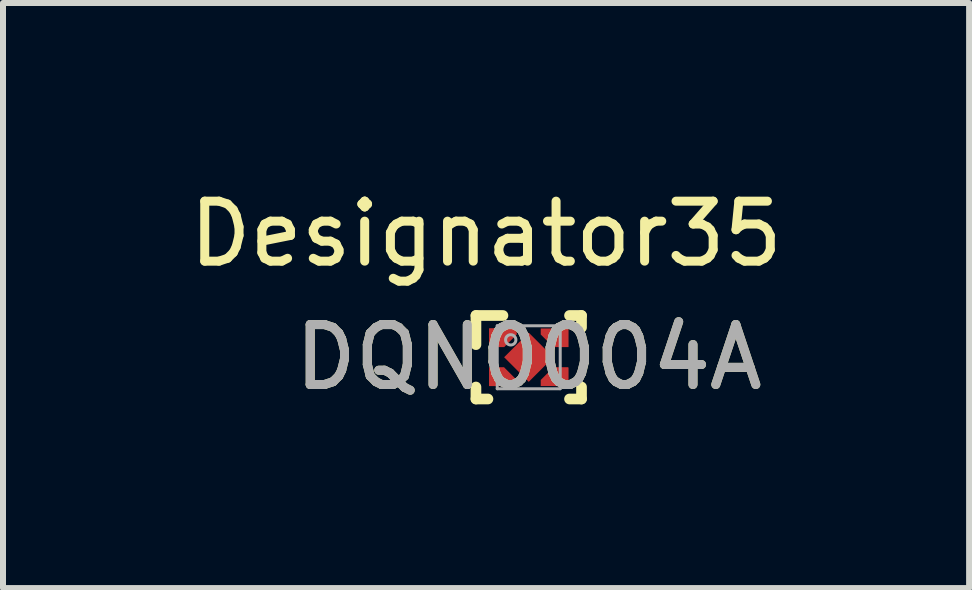
<source format=kicad_pcb>
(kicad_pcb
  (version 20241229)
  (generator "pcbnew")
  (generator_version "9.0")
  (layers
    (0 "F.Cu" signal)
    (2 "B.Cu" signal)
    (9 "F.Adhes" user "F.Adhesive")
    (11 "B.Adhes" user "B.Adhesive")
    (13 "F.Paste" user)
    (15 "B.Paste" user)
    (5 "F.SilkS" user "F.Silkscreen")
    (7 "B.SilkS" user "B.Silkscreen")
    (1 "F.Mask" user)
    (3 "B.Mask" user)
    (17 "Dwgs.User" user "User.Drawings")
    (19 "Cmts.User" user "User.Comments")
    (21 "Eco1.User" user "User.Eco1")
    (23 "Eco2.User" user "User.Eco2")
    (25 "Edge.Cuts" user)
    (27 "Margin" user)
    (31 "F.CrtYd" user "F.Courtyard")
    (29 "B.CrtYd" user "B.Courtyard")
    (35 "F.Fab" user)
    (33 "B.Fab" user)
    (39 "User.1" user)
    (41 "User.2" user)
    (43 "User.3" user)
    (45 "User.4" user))
  (footprint "DQN0004A"
    (layer "F.Cu")
    (at 5.765 2.906)
    (property "Reference" "DQN0004A" (at 0 0 0) (unlocked yes) (layer "F.SilkS") (effects (font (size 1 1) (thickness 0.15))))
    (attr smd)
    (fp_poly (pts (xy -0.66 -0.48) (xy -0.2 -0.48) (xy -0.2 -0.379) (xy -0.409 -0.17) (xy -0.66 -0.17)) (stroke (width 0) (type solid)) (fill yes) (layer "F.Cu"))
    (fp_poly (pts (xy -0.66 0.48) (xy -0.2 0.48) (xy -0.2 0.379) (xy -0.409 0.17) (xy -0.66 0.17)) (stroke (width 0) (type solid)) (fill yes) (layer "F.Cu"))
    (fp_poly (pts (xy 0.66 -0.48) (xy 0.2 -0.48) (xy 0.2 -0.379) (xy 0.409 -0.17) (xy 0.66 -0.17)) (stroke (width 0) (type solid)) (fill yes) (layer "F.Cu"))
    (fp_poly (pts (xy 0.66 0.48) (xy 0.2 0.48) (xy 0.2 0.379) (xy 0.409 0.17) (xy 0.66 0.17)) (stroke (width 0) (type solid)) (fill yes) (layer "F.Cu"))
    (fp_poly (pts (xy -0.61 -0.43) (xy -0.25 -0.43) (xy -0.25 -0.4) (xy -0.43 -0.22) (xy -0.61 -0.22)) (stroke (width 0) (type solid)) (fill yes) (layer "F.Mask"))
    (fp_poly (pts (xy -0.61 0.43) (xy -0.61 0.22) (xy -0.43 0.22) (xy -0.25 0.4) (xy -0.25 0.43)) (stroke (width 0) (type solid)) (fill yes) (layer "F.Mask"))
    (fp_poly (pts (xy 0.61 -0.43) (xy 0.61 -0.22) (xy 0.43 -0.22) (xy 0.25 -0.4) (xy 0.25 -0.43)) (stroke (width 0) (type solid)) (fill yes) (layer "F.Mask"))
    (fp_poly (pts (xy 0.61 0.43) (xy 0.25 0.43) (xy 0.25 0.4) (xy 0.43 0.22) (xy 0.61 0.22)) (stroke (width 0) (type solid)) (fill yes) (layer "F.Mask"))
    (fp_line (start -0.88 -0.696) (end -0.43 -0.696) (stroke (width 0.178) (type solid)) (layer "F.SilkS"))
    (fp_line (start -0.88 -0.21) (end -0.88 -0.696) (stroke (width 0.178) (type solid)) (layer "F.SilkS"))
    (fp_line (start -0.88 0.696) (end -0.88 0.496) (stroke (width 0.178) (type solid)) (layer "F.SilkS"))
    (fp_line (start -0.88 0.696) (end -0.68 0.696) (stroke (width 0.178) (type solid)) (layer "F.SilkS"))
    (fp_line (start 0.68 -0.696) (end 0.88 -0.696) (stroke (width 0.178) (type solid)) (layer "F.SilkS"))
    (fp_line (start 0.68 0.696) (end 0.88 0.696) (stroke (width 0.178) (type solid)) (layer "F.SilkS"))
    (fp_line (start 0.88 -0.496) (end 0.88 -0.696) (stroke (width 0.178) (type solid)) (layer "F.SilkS"))
    (fp_line (start 0.88 0.696) (end 0.88 0.496) (stroke (width 0.178) (type solid)) (layer "F.SilkS"))
    (fp_poly (pts (xy -0.65 -0.43) (xy -0.25 -0.43) (xy -0.25 -0.4) (xy -0.43 -0.22) (xy -0.65 -0.22)) (stroke (width 0) (type solid)) (fill yes) (layer "F.Paste"))
    (fp_poly (pts (xy -0.65 0.43) (xy -0.25 0.43) (xy -0.25 0.4) (xy -0.43 0.22) (xy -0.65 0.22)) (stroke (width 0) (type solid)) (fill yes) (layer "F.Paste"))
    (fp_poly (pts (xy 0.65 -0.43) (xy 0.25 -0.43) (xy 0.25 -0.4) (xy 0.43 -0.22) (xy 0.65 -0.22)) (stroke (width 0) (type solid)) (fill yes) (layer "F.Paste"))
    (fp_poly (pts (xy 0.65 0.43) (xy 0.25 0.43) (xy 0.25 0.4) (xy 0.43 0.22) (xy 0.65 0.22)) (stroke (width 0) (type solid)) (fill yes) (layer "F.Paste"))
    (fp_line (start -0.525 -0.525) (end 0.525 -0.525) (stroke (width 0.05) (type solid)) (layer "F.Fab"))
    (fp_line (start -0.525 0.525) (end -0.525 -0.525) (stroke (width 0.05) (type solid)) (layer "F.Fab"))
    (fp_line (start -0.525 0.525) (end 0.525 0.525) (stroke (width 0.05) (type solid)) (layer "F.Fab"))
    (fp_line (start 0.525 0.525) (end 0.525 -0.525) (stroke (width 0.05) (type solid)) (layer "F.Fab"))
    (fp_circle (center -0.3 -0.29) (end -0.214 -0.29) (stroke (width 0.05) (type solid)) (fill no) (layer "F.Fab"))
    (fp_text user "Designator35" (at -0.711 -2.057 0) (unlocked yes) (layer "F.SilkS") (effects (font (size 1 1) (thickness 0.15))))
    (fp_text user "${REFERENCE}" (at 0 0 0) (unlocked yes) (layer "F.Fab") (effects (font (size 1 1) (thickness 0.15))))
    (pad "1" smd rect (at -0.535 -0.325) (size 0.25 0.31) (layers "F.Cu"))
    (pad "2" smd rect (at -0.535 0.325) (size 0.25 0.31) (layers "F.Cu"))
    (pad "3" smd rect (at 0.535 0.325) (size 0.25 0.31) (layers "F.Cu"))
    (pad "4" smd rect (at 0.535 -0.325) (size 0.25 0.31) (layers "F.Cu"))
    (pad "5" smd rect (at 0 0 45) (size 0.58 0.58) (layers "F.Cu" "F.Mask" "F.Paste")))
  (gr_rect
    (start -3 -3)
    (end 13.107 6.754)
    (stroke (width 0.1) (type default))
    (fill no)
    (layer "Edge.Cuts")))
</source>
